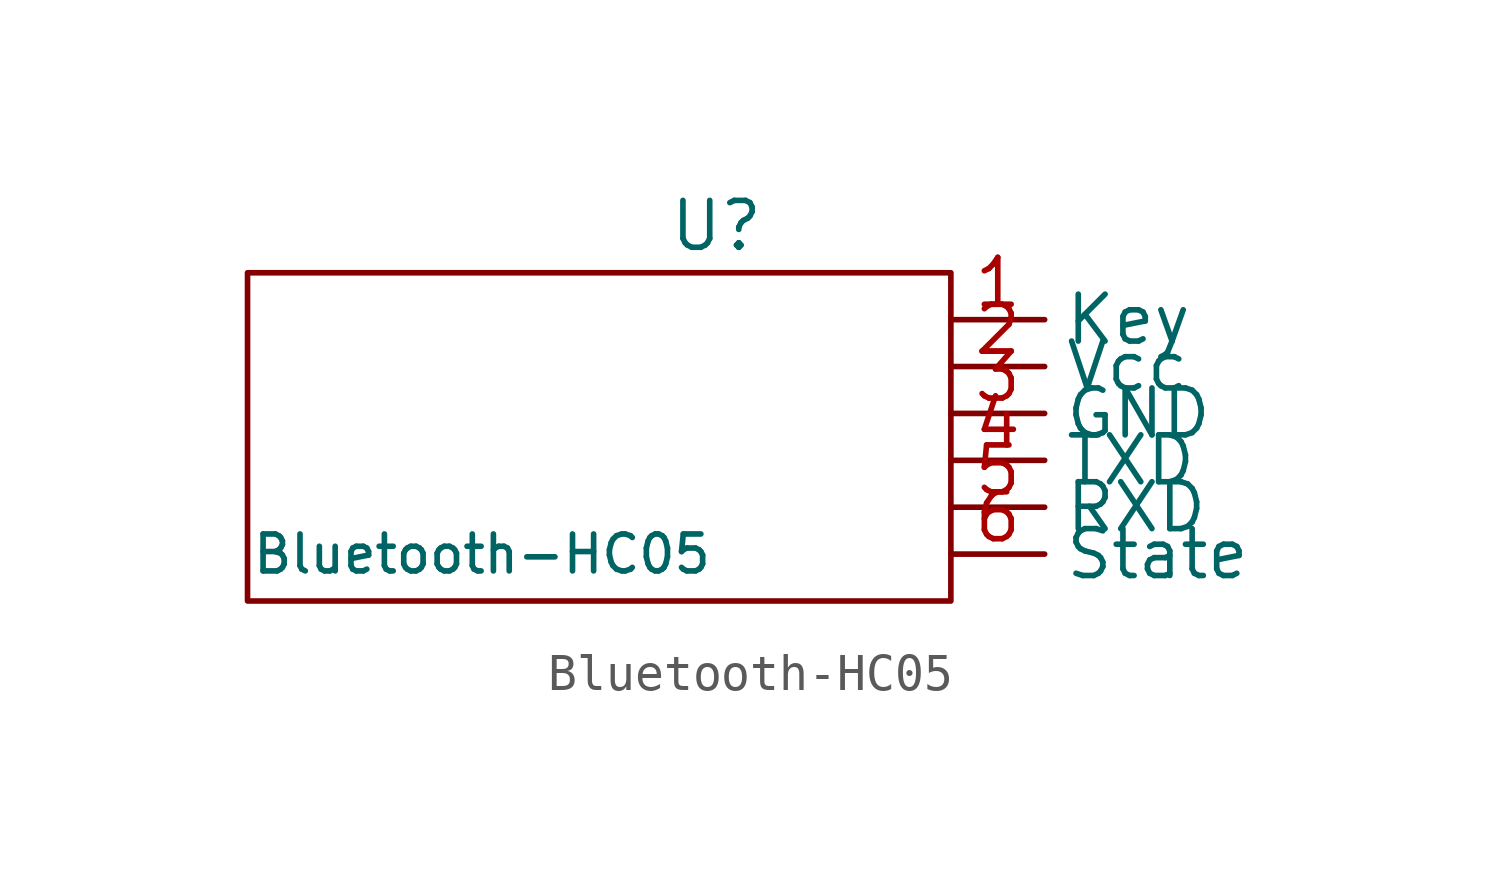
<source format=kicad_sym>
(kicad_symbol_lib
  (version 20211014)
  (generator kicad_symbol_editor)
  (symbol "Bluetooth-HC05"
    (property "Reference" "U"
      (at 0 0 0)
      (effects (font (size 1.27 1.27))))
    (property "Value" "Bluetooth-HC05"
      (at -6.35 -8.89 0)
      (effects (font (size 1 1))))
    (symbol "Bluetooth-HC05_0_1"
      (rectangle (start 6.35 -1.27) (end -12.7 -10.16) (stroke (width 0) (type default) (color 0 0 0 0)) (fill (type none))))
    (symbol "Bluetooth-HC05_1_1"
      (pin input line (at 6.35 -2.54 0) (length 2.54) (name "Key" (effects (font (size 1.27 1.27)))) (number "1" (effects (font (size 1.27 1.27)))))
      (pin power_in line (at 6.35 -3.81 0) (length 2.54) (name "Vcc" (effects (font (size 1.27 1.27)))) (number "2" (effects (font (size 1.27 1.27)))))
      (pin input line (at 6.35 -5.08 0) (length 2.54) (name "GND" (effects (font (size 1.27 1.27)))) (number "3" (effects (font (size 1.27 1.27)))))
      (pin output line (at 6.35 -6.35 0) (length 2.54) (name "TXD" (effects (font (size 1.27 1.27)))) (number "4" (effects (font (size 1.27 1.27)))))
      (pin input line (at 6.35 -7.62 0) (length 2.54) (name "RXD" (effects (font (size 1.27 1.27)))) (number "5" (effects (font (size 1.27 1.27)))))
      (pin output line (at 6.35 -8.89 0) (length 2.54) (name "State" (effects (font (size 1.27 1.27)))) (number "6" (effects (font (size 1.27 1.27))))))))
</source>
